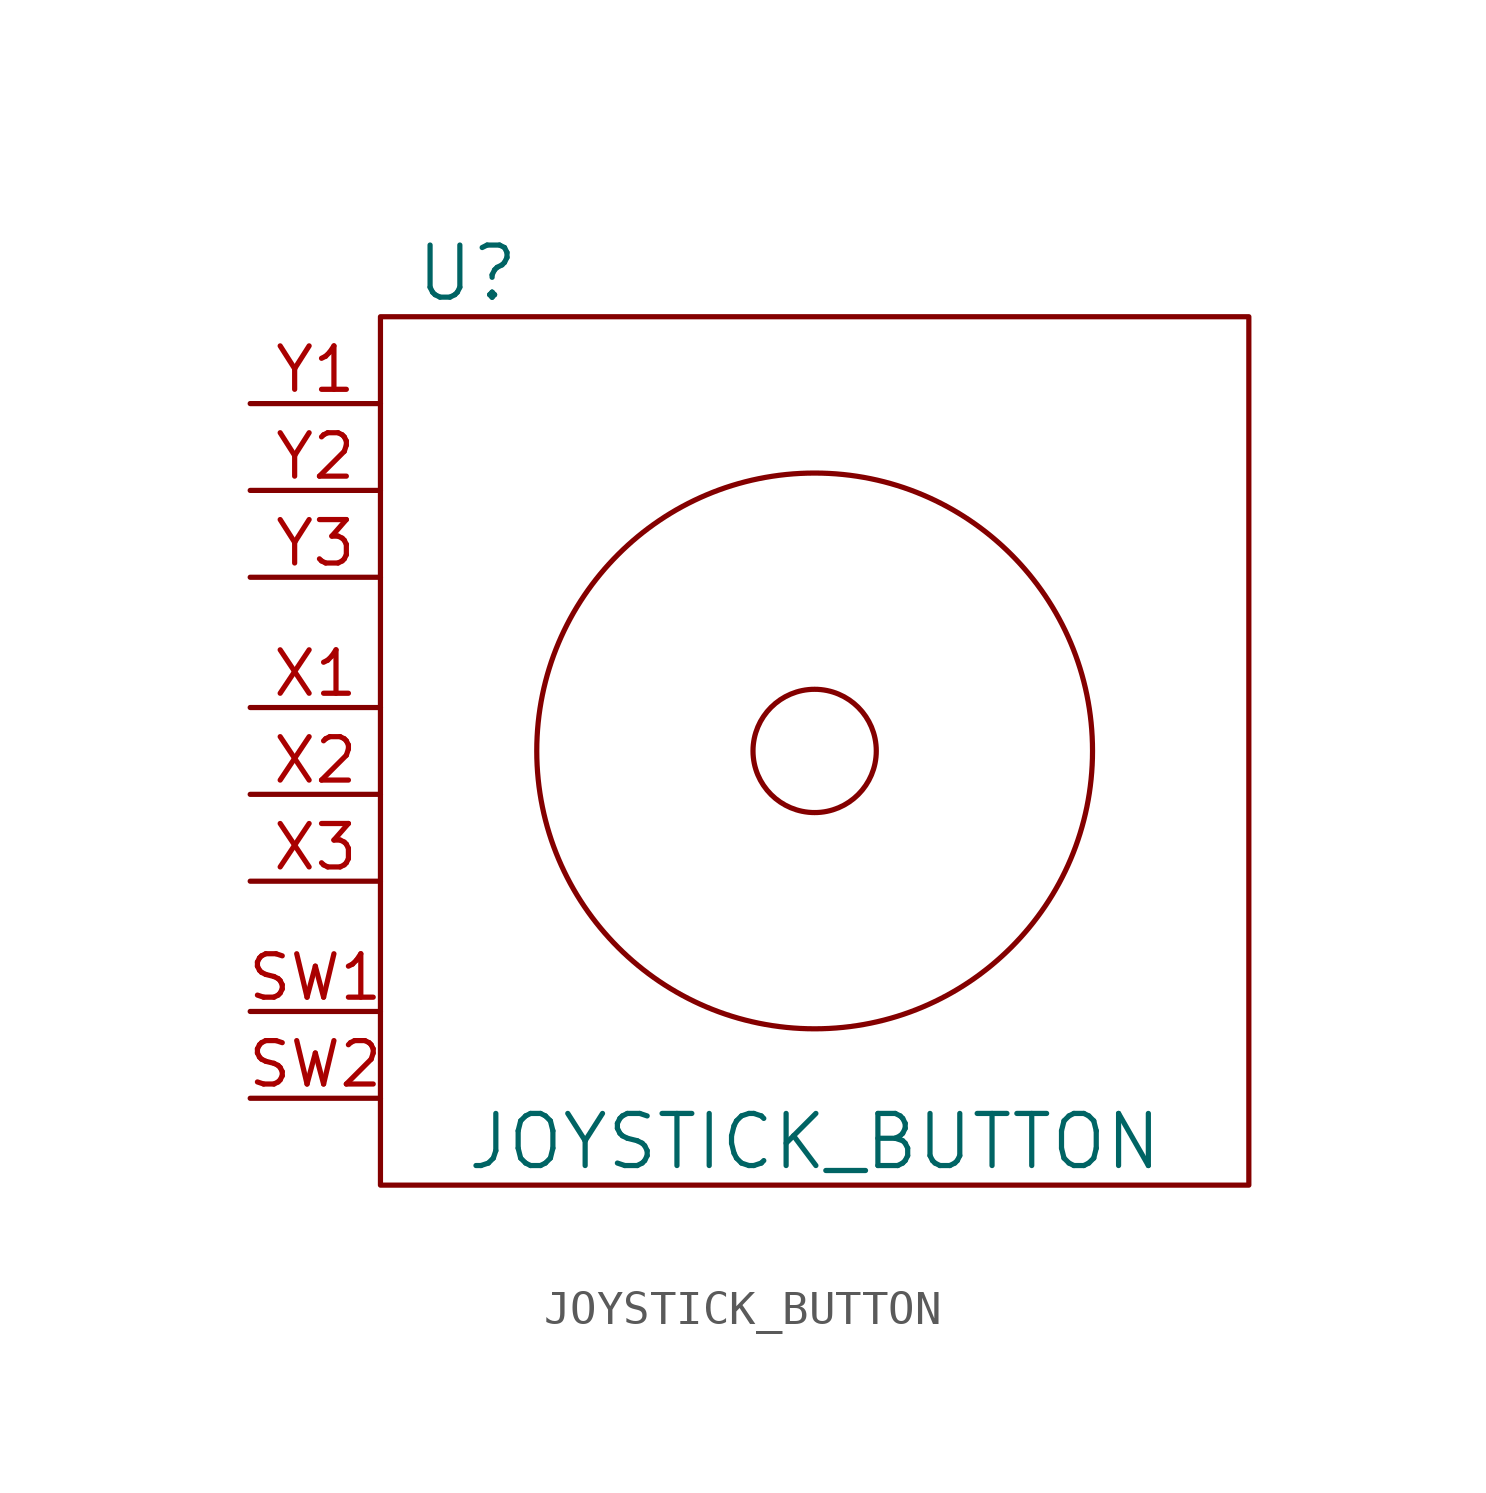
<source format=kicad_sym>
(kicad_symbol_lib
  (version 20211014)
  (generator kicad_symbol_editor)
  (symbol "JOYSTICK_BUTTON"
    (pin_names
      (offset 1.016))
    (property "Reference" "U"
      (at -10.16 13.97 0)
      (effects (font (size 1.524 1.524))))
    (property "Value" "JOYSTICK_BUTTON"
      (at 0 -11.43 0)
      (effects (font (size 1.524 1.524))))
    (property "Footprint" ""
      (at 0 0 0)
      (effects (font (size 1.524 1.524))))
    (property "Datasheet" ""
      (at 0 0 0)
      (effects (font (size 1.524 1.524))))
    (symbol "JOYSTICK_BUTTON_0_1"
      (rectangle (start -12.7 12.7) (end 12.7 -12.7) (stroke (width 0) (type default) (color 0 0 0 0)) (fill (type none)))
      (circle (center 0 0) (radius 1.803) (stroke (width 0) (type default) (color 0 0 0 0)) (fill (type none)))
      (circle (center 0 0) (radius 8.128) (stroke (width 0) (type default) (color 0 0 0 0)) (fill (type none))))
    (symbol "JOYSTICK_BUTTON_1_1"
      (pin passive line (at -16.51 -7.62 0) (length 3.81) (name "~" (effects (font (size 1.27 1.27)))) (number "SW1" (effects (font (size 1.27 1.27)))))
      (pin passive line (at -16.51 -10.16 0) (length 3.81) (name "~" (effects (font (size 1.27 1.27)))) (number "SW2" (effects (font (size 1.27 1.27)))))
      (pin passive line (at -16.51 1.27 0) (length 3.81) (name "~" (effects (font (size 1.27 1.27)))) (number "X1" (effects (font (size 1.27 1.27)))))
      (pin passive line (at -16.51 -1.27 0) (length 3.81) (name "~" (effects (font (size 1.27 1.27)))) (number "X2" (effects (font (size 1.27 1.27)))))
      (pin passive line (at -16.51 -3.81 0) (length 3.81) (name "~" (effects (font (size 1.27 1.27)))) (number "X3" (effects (font (size 1.27 1.27)))))
      (pin passive line (at -16.51 10.16 0) (length 3.81) (name "~" (effects (font (size 1.27 1.27)))) (number "Y1" (effects (font (size 1.27 1.27)))))
      (pin passive line (at -16.51 7.62 0) (length 3.81) (name "~" (effects (font (size 1.27 1.27)))) (number "Y2" (effects (font (size 1.27 1.27)))))
      (pin passive line (at -16.51 5.08 0) (length 3.81) (name "~" (effects (font (size 1.27 1.27)))) (number "Y3" (effects (font (size 1.27 1.27))))))))
</source>
